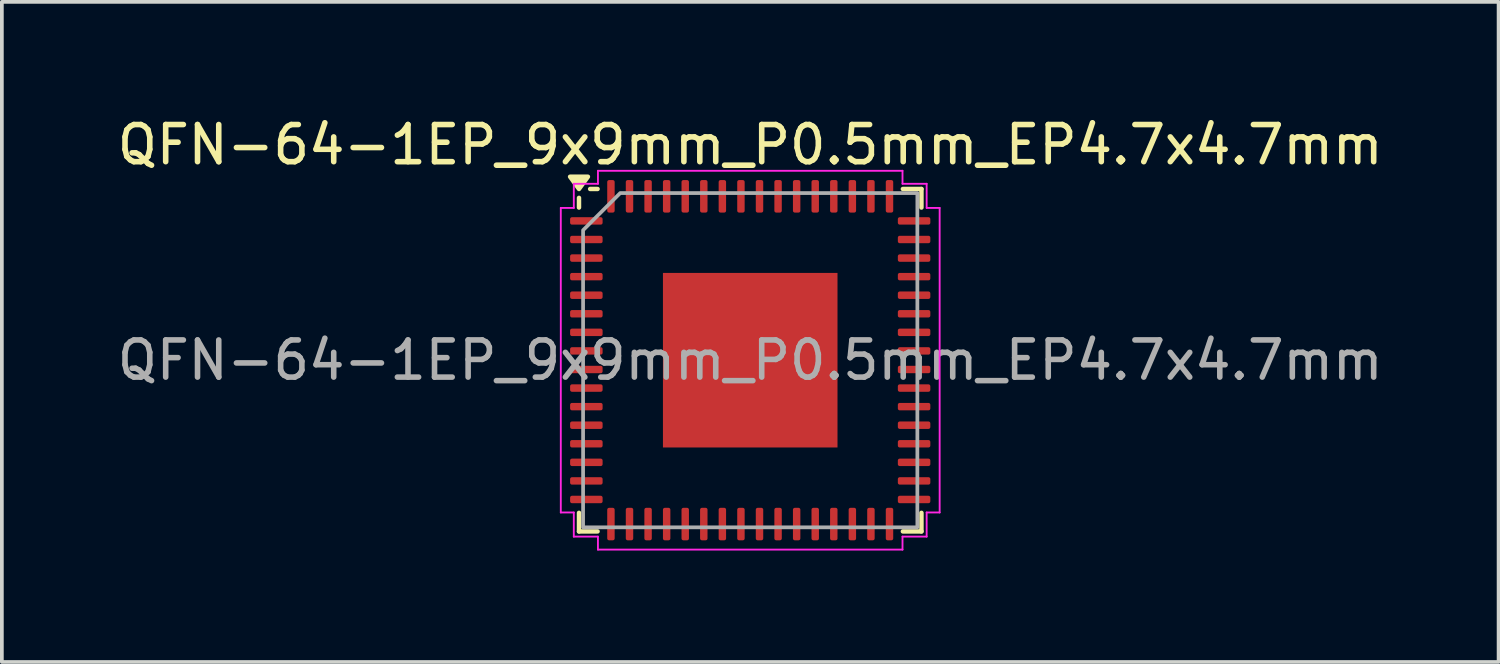
<source format=kicad_pcb>
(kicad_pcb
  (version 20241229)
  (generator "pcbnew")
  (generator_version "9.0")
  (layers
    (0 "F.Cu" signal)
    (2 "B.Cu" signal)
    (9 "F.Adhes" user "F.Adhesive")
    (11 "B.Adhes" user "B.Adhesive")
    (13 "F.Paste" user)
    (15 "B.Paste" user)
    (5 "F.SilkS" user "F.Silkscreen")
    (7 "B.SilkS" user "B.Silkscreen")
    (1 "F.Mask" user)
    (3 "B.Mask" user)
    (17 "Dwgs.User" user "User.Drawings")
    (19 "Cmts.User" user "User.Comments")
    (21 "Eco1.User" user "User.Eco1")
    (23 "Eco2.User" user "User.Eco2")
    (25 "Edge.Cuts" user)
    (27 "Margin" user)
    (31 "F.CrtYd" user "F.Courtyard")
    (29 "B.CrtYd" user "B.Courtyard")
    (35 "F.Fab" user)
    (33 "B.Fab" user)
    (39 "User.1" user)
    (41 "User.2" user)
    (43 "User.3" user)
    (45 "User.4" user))
  (footprint "QFN-64-1EP_9x9mm_P0.5mm_EP4.7x4.7mm"
    (layer "F.Cu")
    (at 17.149 6.648)
    (property "Reference" "QFN-64-1EP_9x9mm_P0.5mm_EP4.7x4.7mm" (at 0 -5.8 0) (layer "F.SilkS") (effects (font (size 1 1) (thickness 0.15))))
    (attr smd)
    (fp_line (start -4.61 -4.11) (end -4.61 -4.37) (stroke (width 0.12) (type solid)) (layer "F.SilkS"))
    (fp_line (start -4.61 4.61) (end -4.61 4.11) (stroke (width 0.12) (type solid)) (layer "F.SilkS"))
    (fp_line (start -4.11 -4.61) (end -4.31 -4.61) (stroke (width 0.12) (type solid)) (layer "F.SilkS"))
    (fp_line (start -4.11 4.61) (end -4.61 4.61) (stroke (width 0.12) (type solid)) (layer "F.SilkS"))
    (fp_line (start 4.11 -4.61) (end 4.61 -4.61) (stroke (width 0.12) (type solid)) (layer "F.SilkS"))
    (fp_line (start 4.11 4.61) (end 4.61 4.61) (stroke (width 0.12) (type solid)) (layer "F.SilkS"))
    (fp_line (start 4.61 -4.61) (end 4.61 -4.11) (stroke (width 0.12) (type solid)) (layer "F.SilkS"))
    (fp_line (start 4.61 4.61) (end 4.61 4.11) (stroke (width 0.12) (type solid)) (layer "F.SilkS"))
    (fp_poly (pts (xy -4.61 -4.61) (xy -4.85 -4.94) (xy -4.37 -4.94)) (stroke (width 0.12) (type solid)) (fill yes) (layer "F.SilkS"))
    (fp_line (start -5.1 -4.1) (end -4.75 -4.1) (stroke (width 0.05) (type solid)) (layer "F.CrtYd"))
    (fp_line (start -5.1 4.1) (end -5.1 -4.1) (stroke (width 0.05) (type solid)) (layer "F.CrtYd"))
    (fp_line (start -4.75 -4.75) (end -4.1 -4.75) (stroke (width 0.05) (type solid)) (layer "F.CrtYd"))
    (fp_line (start -4.75 -4.1) (end -4.75 -4.75) (stroke (width 0.05) (type solid)) (layer "F.CrtYd"))
    (fp_line (start -4.75 4.1) (end -5.1 4.1) (stroke (width 0.05) (type solid)) (layer "F.CrtYd"))
    (fp_line (start -4.75 4.75) (end -4.75 4.1) (stroke (width 0.05) (type solid)) (layer "F.CrtYd"))
    (fp_line (start -4.1 -5.1) (end 4.1 -5.1) (stroke (width 0.05) (type solid)) (layer "F.CrtYd"))
    (fp_line (start -4.1 -4.75) (end -4.1 -5.1) (stroke (width 0.05) (type solid)) (layer "F.CrtYd"))
    (fp_line (start -4.1 4.75) (end -4.75 4.75) (stroke (width 0.05) (type solid)) (layer "F.CrtYd"))
    (fp_line (start -4.1 5.1) (end -4.1 4.75) (stroke (width 0.05) (type solid)) (layer "F.CrtYd"))
    (fp_line (start 4.1 -5.1) (end 4.1 -4.75) (stroke (width 0.05) (type solid)) (layer "F.CrtYd"))
    (fp_line (start 4.1 -4.75) (end 4.75 -4.75) (stroke (width 0.05) (type solid)) (layer "F.CrtYd"))
    (fp_line (start 4.1 4.75) (end 4.1 5.1) (stroke (width 0.05) (type solid)) (layer "F.CrtYd"))
    (fp_line (start 4.1 5.1) (end -4.1 5.1) (stroke (width 0.05) (type solid)) (layer "F.CrtYd"))
    (fp_line (start 4.75 -4.75) (end 4.75 -4.1) (stroke (width 0.05) (type solid)) (layer "F.CrtYd"))
    (fp_line (start 4.75 -4.1) (end 5.1 -4.1) (stroke (width 0.05) (type solid)) (layer "F.CrtYd"))
    (fp_line (start 4.75 4.1) (end 4.75 4.75) (stroke (width 0.05) (type solid)) (layer "F.CrtYd"))
    (fp_line (start 4.75 4.75) (end 4.1 4.75) (stroke (width 0.05) (type solid)) (layer "F.CrtYd"))
    (fp_line (start 5.1 -4.1) (end 5.1 4.1) (stroke (width 0.05) (type solid)) (layer "F.CrtYd"))
    (fp_line (start 5.1 4.1) (end 4.75 4.1) (stroke (width 0.05) (type solid)) (layer "F.CrtYd"))
    (fp_poly (pts (xy -4.5 -3.5) (xy -4.5 4.5) (xy 4.5 4.5) (xy 4.5 -4.5) (xy -3.5 -4.5)) (stroke (width 0.1) (type solid)) (fill no) (layer "F.Fab"))
    (fp_text user "${REFERENCE}" (at 0 0 0) (layer "F.Fab") (effects (font (size 1 1) (thickness 0.15))))
    (pad "" smd roundrect (at -1.57 -1.57) (size 1.26 1.26) (layers "F.Paste") (roundrect_rratio 0.198))
    (pad "" smd roundrect (at -1.57 0) (size 1.26 1.26) (layers "F.Paste") (roundrect_rratio 0.198))
    (pad "" smd roundrect (at -1.57 1.57) (size 1.26 1.26) (layers "F.Paste") (roundrect_rratio 0.198))
    (pad "" smd roundrect (at 0 -1.57) (size 1.26 1.26) (layers "F.Paste") (roundrect_rratio 0.198))
    (pad "" smd roundrect (at 0 0) (size 1.26 1.26) (layers "F.Paste") (roundrect_rratio 0.198))
    (pad "" smd roundrect (at 0 1.57) (size 1.26 1.26) (layers "F.Paste") (roundrect_rratio 0.198))
    (pad "" smd roundrect (at 1.57 -1.57) (size 1.26 1.26) (layers "F.Paste") (roundrect_rratio 0.198))
    (pad "" smd roundrect (at 1.57 0) (size 1.26 1.26) (layers "F.Paste") (roundrect_rratio 0.198))
    (pad "" smd roundrect (at 1.57 1.57) (size 1.26 1.26) (layers "F.Paste") (roundrect_rratio 0.198))
    (pad "1" smd roundrect (at -4.412 -3.75) (size 0.875 0.2) (layers "F.Cu" "F.Mask" "F.Paste") (roundrect_rratio 0.25))
    (pad "2" smd roundrect (at -4.412 -3.25) (size 0.875 0.2) (layers "F.Cu" "F.Mask" "F.Paste") (roundrect_rratio 0.25))
    (pad "3" smd roundrect (at -4.412 -2.75) (size 0.875 0.2) (layers "F.Cu" "F.Mask" "F.Paste") (roundrect_rratio 0.25))
    (pad "4" smd roundrect (at -4.412 -2.25) (size 0.875 0.2) (layers "F.Cu" "F.Mask" "F.Paste") (roundrect_rratio 0.25))
    (pad "5" smd roundrect (at -4.412 -1.75) (size 0.875 0.2) (layers "F.Cu" "F.Mask" "F.Paste") (roundrect_rratio 0.25))
    (pad "6" smd roundrect (at -4.412 -1.25) (size 0.875 0.2) (layers "F.Cu" "F.Mask" "F.Paste") (roundrect_rratio 0.25))
    (pad "7" smd roundrect (at -4.412 -0.75) (size 0.875 0.2) (layers "F.Cu" "F.Mask" "F.Paste") (roundrect_rratio 0.25))
    (pad "8" smd roundrect (at -4.412 -0.25) (size 0.875 0.2) (layers "F.Cu" "F.Mask" "F.Paste") (roundrect_rratio 0.25))
    (pad "9" smd roundrect (at -4.412 0.25) (size 0.875 0.2) (layers "F.Cu" "F.Mask" "F.Paste") (roundrect_rratio 0.25))
    (pad "10" smd roundrect (at -4.412 0.75) (size 0.875 0.2) (layers "F.Cu" "F.Mask" "F.Paste") (roundrect_rratio 0.25))
    (pad "11" smd roundrect (at -4.412 1.25) (size 0.875 0.2) (layers "F.Cu" "F.Mask" "F.Paste") (roundrect_rratio 0.25))
    (pad "12" smd roundrect (at -4.412 1.75) (size 0.875 0.2) (layers "F.Cu" "F.Mask" "F.Paste") (roundrect_rratio 0.25))
    (pad "13" smd roundrect (at -4.412 2.25) (size 0.875 0.2) (layers "F.Cu" "F.Mask" "F.Paste") (roundrect_rratio 0.25))
    (pad "14" smd roundrect (at -4.412 2.75) (size 0.875 0.2) (layers "F.Cu" "F.Mask" "F.Paste") (roundrect_rratio 0.25))
    (pad "15" smd roundrect (at -4.412 3.25) (size 0.875 0.2) (layers "F.Cu" "F.Mask" "F.Paste") (roundrect_rratio 0.25))
    (pad "16" smd roundrect (at -4.412 3.75) (size 0.875 0.2) (layers "F.Cu" "F.Mask" "F.Paste") (roundrect_rratio 0.25))
    (pad "17" smd roundrect (at -3.75 4.412) (size 0.2 0.875) (layers "F.Cu" "F.Mask" "F.Paste") (roundrect_rratio 0.25))
    (pad "18" smd roundrect (at -3.25 4.412) (size 0.2 0.875) (layers "F.Cu" "F.Mask" "F.Paste") (roundrect_rratio 0.25))
    (pad "19" smd roundrect (at -2.75 4.412) (size 0.2 0.875) (layers "F.Cu" "F.Mask" "F.Paste") (roundrect_rratio 0.25))
    (pad "20" smd roundrect (at -2.25 4.412) (size 0.2 0.875) (layers "F.Cu" "F.Mask" "F.Paste") (roundrect_rratio 0.25))
    (pad "21" smd roundrect (at -1.75 4.412) (size 0.2 0.875) (layers "F.Cu" "F.Mask" "F.Paste") (roundrect_rratio 0.25))
    (pad "22" smd roundrect (at -1.25 4.412) (size 0.2 0.875) (layers "F.Cu" "F.Mask" "F.Paste") (roundrect_rratio 0.25))
    (pad "23" smd roundrect (at -0.75 4.412) (size 0.2 0.875) (layers "F.Cu" "F.Mask" "F.Paste") (roundrect_rratio 0.25))
    (pad "24" smd roundrect (at -0.25 4.412) (size 0.2 0.875) (layers "F.Cu" "F.Mask" "F.Paste") (roundrect_rratio 0.25))
    (pad "25" smd roundrect (at 0.25 4.412) (size 0.2 0.875) (layers "F.Cu" "F.Mask" "F.Paste") (roundrect_rratio 0.25))
    (pad "26" smd roundrect (at 0.75 4.412) (size 0.2 0.875) (layers "F.Cu" "F.Mask" "F.Paste") (roundrect_rratio 0.25))
    (pad "27" smd roundrect (at 1.25 4.412) (size 0.2 0.875) (layers "F.Cu" "F.Mask" "F.Paste") (roundrect_rratio 0.25))
    (pad "28" smd roundrect (at 1.75 4.412) (size 0.2 0.875) (layers "F.Cu" "F.Mask" "F.Paste") (roundrect_rratio 0.25))
    (pad "29" smd roundrect (at 2.25 4.412) (size 0.2 0.875) (layers "F.Cu" "F.Mask" "F.Paste") (roundrect_rratio 0.25))
    (pad "30" smd roundrect (at 2.75 4.412) (size 0.2 0.875) (layers "F.Cu" "F.Mask" "F.Paste") (roundrect_rratio 0.25))
    (pad "31" smd roundrect (at 3.25 4.412) (size 0.2 0.875) (layers "F.Cu" "F.Mask" "F.Paste") (roundrect_rratio 0.25))
    (pad "32" smd roundrect (at 3.75 4.412) (size 0.2 0.875) (layers "F.Cu" "F.Mask" "F.Paste") (roundrect_rratio 0.25))
    (pad "33" smd roundrect (at 4.412 3.75) (size 0.875 0.2) (layers "F.Cu" "F.Mask" "F.Paste") (roundrect_rratio 0.25))
    (pad "34" smd roundrect (at 4.412 3.25) (size 0.875 0.2) (layers "F.Cu" "F.Mask" "F.Paste") (roundrect_rratio 0.25))
    (pad "35" smd roundrect (at 4.412 2.75) (size 0.875 0.2) (layers "F.Cu" "F.Mask" "F.Paste") (roundrect_rratio 0.25))
    (pad "36" smd roundrect (at 4.412 2.25) (size 0.875 0.2) (layers "F.Cu" "F.Mask" "F.Paste") (roundrect_rratio 0.25))
    (pad "37" smd roundrect (at 4.412 1.75) (size 0.875 0.2) (layers "F.Cu" "F.Mask" "F.Paste") (roundrect_rratio 0.25))
    (pad "38" smd roundrect (at 4.412 1.25) (size 0.875 0.2) (layers "F.Cu" "F.Mask" "F.Paste") (roundrect_rratio 0.25))
    (pad "39" smd roundrect (at 4.412 0.75) (size 0.875 0.2) (layers "F.Cu" "F.Mask" "F.Paste") (roundrect_rratio 0.25))
    (pad "40" smd roundrect (at 4.412 0.25) (size 0.875 0.2) (layers "F.Cu" "F.Mask" "F.Paste") (roundrect_rratio 0.25))
    (pad "41" smd roundrect (at 4.412 -0.25) (size 0.875 0.2) (layers "F.Cu" "F.Mask" "F.Paste") (roundrect_rratio 0.25))
    (pad "42" smd roundrect (at 4.412 -0.75) (size 0.875 0.2) (layers "F.Cu" "F.Mask" "F.Paste") (roundrect_rratio 0.25))
    (pad "43" smd roundrect (at 4.412 -1.25) (size 0.875 0.2) (layers "F.Cu" "F.Mask" "F.Paste") (roundrect_rratio 0.25))
    (pad "44" smd roundrect (at 4.412 -1.75) (size 0.875 0.2) (layers "F.Cu" "F.Mask" "F.Paste") (roundrect_rratio 0.25))
    (pad "45" smd roundrect (at 4.412 -2.25) (size 0.875 0.2) (layers "F.Cu" "F.Mask" "F.Paste") (roundrect_rratio 0.25))
    (pad "46" smd roundrect (at 4.412 -2.75) (size 0.875 0.2) (layers "F.Cu" "F.Mask" "F.Paste") (roundrect_rratio 0.25))
    (pad "47" smd roundrect (at 4.412 -3.25) (size 0.875 0.2) (layers "F.Cu" "F.Mask" "F.Paste") (roundrect_rratio 0.25))
    (pad "48" smd roundrect (at 4.412 -3.75) (size 0.875 0.2) (layers "F.Cu" "F.Mask" "F.Paste") (roundrect_rratio 0.25))
    (pad "49" smd roundrect (at 3.75 -4.412) (size 0.2 0.875) (layers "F.Cu" "F.Mask" "F.Paste") (roundrect_rratio 0.25))
    (pad "50" smd roundrect (at 3.25 -4.412) (size 0.2 0.875) (layers "F.Cu" "F.Mask" "F.Paste") (roundrect_rratio 0.25))
    (pad "51" smd roundrect (at 2.75 -4.412) (size 0.2 0.875) (layers "F.Cu" "F.Mask" "F.Paste") (roundrect_rratio 0.25))
    (pad "52" smd roundrect (at 2.25 -4.412) (size 0.2 0.875) (layers "F.Cu" "F.Mask" "F.Paste") (roundrect_rratio 0.25))
    (pad "53" smd roundrect (at 1.75 -4.412) (size 0.2 0.875) (layers "F.Cu" "F.Mask" "F.Paste") (roundrect_rratio 0.25))
    (pad "54" smd roundrect (at 1.25 -4.412) (size 0.2 0.875) (layers "F.Cu" "F.Mask" "F.Paste") (roundrect_rratio 0.25))
    (pad "55" smd roundrect (at 0.75 -4.412) (size 0.2 0.875) (layers "F.Cu" "F.Mask" "F.Paste") (roundrect_rratio 0.25))
    (pad "56" smd roundrect (at 0.25 -4.412) (size 0.2 0.875) (layers "F.Cu" "F.Mask" "F.Paste") (roundrect_rratio 0.25))
    (pad "57" smd roundrect (at -0.25 -4.412) (size 0.2 0.875) (layers "F.Cu" "F.Mask" "F.Paste") (roundrect_rratio 0.25))
    (pad "58" smd roundrect (at -0.75 -4.412) (size 0.2 0.875) (layers "F.Cu" "F.Mask" "F.Paste") (roundrect_rratio 0.25))
    (pad "59" smd roundrect (at -1.25 -4.412) (size 0.2 0.875) (layers "F.Cu" "F.Mask" "F.Paste") (roundrect_rratio 0.25))
    (pad "60" smd roundrect (at -1.75 -4.412) (size 0.2 0.875) (layers "F.Cu" "F.Mask" "F.Paste") (roundrect_rratio 0.25))
    (pad "61" smd roundrect (at -2.25 -4.412) (size 0.2 0.875) (layers "F.Cu" "F.Mask" "F.Paste") (roundrect_rratio 0.25))
    (pad "62" smd roundrect (at -2.75 -4.412) (size 0.2 0.875) (layers "F.Cu" "F.Mask" "F.Paste") (roundrect_rratio 0.25))
    (pad "63" smd roundrect (at -3.25 -4.412) (size 0.2 0.875) (layers "F.Cu" "F.Mask" "F.Paste") (roundrect_rratio 0.25))
    (pad "64" smd roundrect (at -3.75 -4.412) (size 0.2 0.875) (layers "F.Cu" "F.Mask" "F.Paste") (roundrect_rratio 0.25))
    (pad "65" smd rect (at 0 0) (size 4.7 4.7) (property pad_prop_heatsink) (layers "F.Cu" "F.Mask")))
  (gr_rect
    (start -3 -3)
    (end 37.298 14.773)
    (stroke (width 0.1) (type default))
    (fill no)
    (layer "Edge.Cuts")))
</source>
